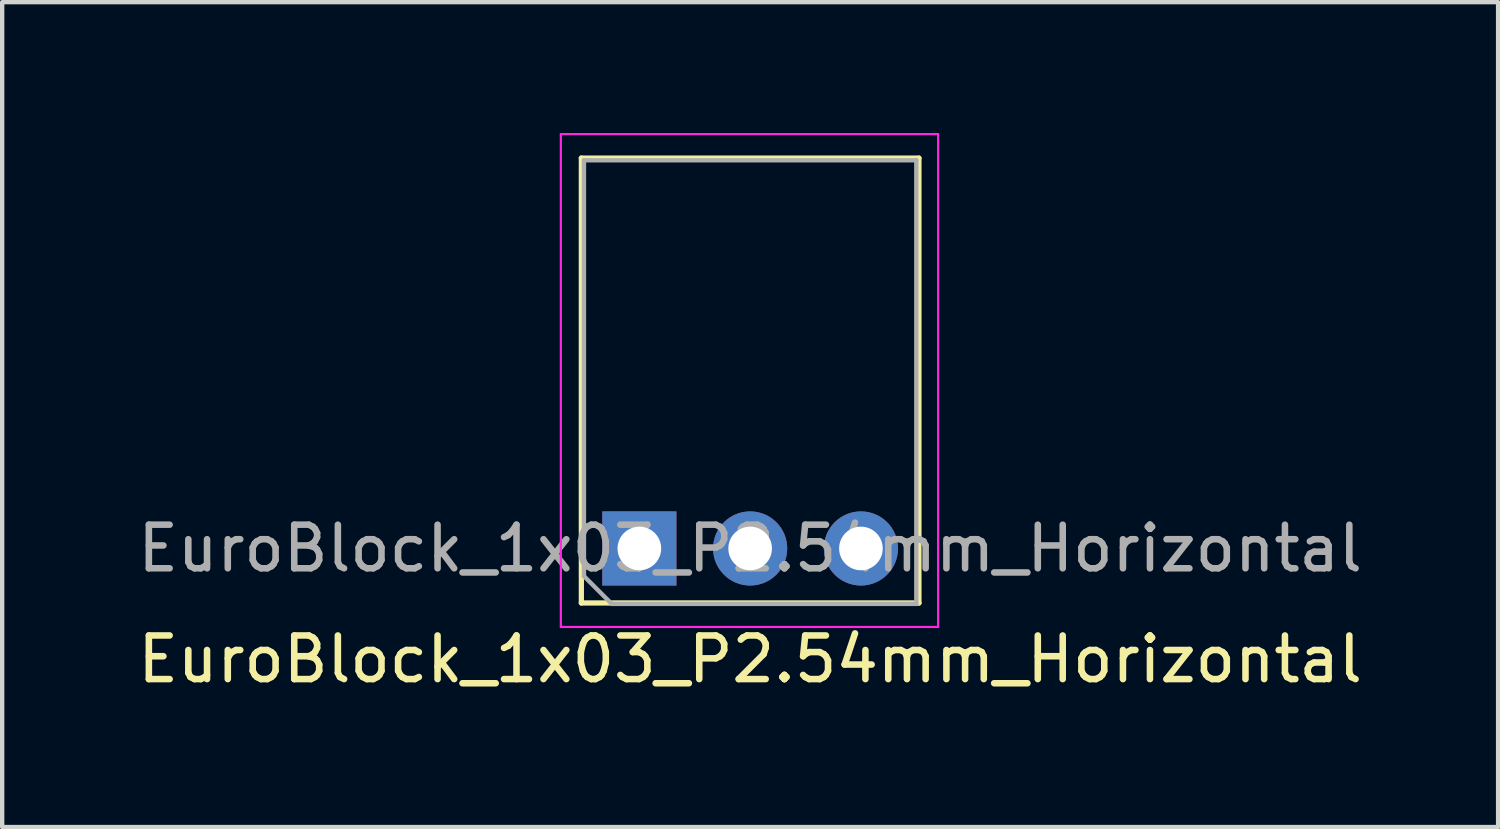
<source format=kicad_pcb>
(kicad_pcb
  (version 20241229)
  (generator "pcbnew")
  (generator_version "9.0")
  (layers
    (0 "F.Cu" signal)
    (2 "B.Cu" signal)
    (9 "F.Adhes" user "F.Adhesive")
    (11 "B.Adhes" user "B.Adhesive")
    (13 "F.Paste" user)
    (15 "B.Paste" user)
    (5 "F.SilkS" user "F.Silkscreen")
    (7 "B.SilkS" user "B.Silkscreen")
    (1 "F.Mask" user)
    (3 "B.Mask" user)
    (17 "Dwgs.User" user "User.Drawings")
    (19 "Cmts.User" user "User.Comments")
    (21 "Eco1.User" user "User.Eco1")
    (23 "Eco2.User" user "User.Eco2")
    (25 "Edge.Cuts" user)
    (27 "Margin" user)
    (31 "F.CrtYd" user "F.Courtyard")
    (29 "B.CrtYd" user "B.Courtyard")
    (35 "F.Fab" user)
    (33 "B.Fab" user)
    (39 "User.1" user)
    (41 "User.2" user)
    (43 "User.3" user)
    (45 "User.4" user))
  (footprint "EuroBlock_1x03_P2.54mm_Horizontal"
    (layer "F.Cu")
    (at 14.149 9.525)
    (property "Reference" "EuroBlock_1x03_P2.54mm_Horizontal" (at 0 2.54 180) (layer "F.SilkS") (effects (font (size 1 1) (thickness 0.15))))
    (attr through_hole)
    (fp_line (start -3.87 -8.95) (end 3.87 -8.95) (stroke (width 0.12) (type solid)) (layer "F.SilkS"))
    (fp_line (start -3.87 1.25) (end -3.87 -8.95) (stroke (width 0.12) (type solid)) (layer "F.SilkS"))
    (fp_line (start -3.87 1.25) (end 3.87 1.25) (stroke (width 0.12) (type solid)) (layer "F.SilkS"))
    (fp_line (start 3.87 1.25) (end 3.87 -8.95) (stroke (width 0.12) (type solid)) (layer "F.SilkS"))
    (fp_line (start -4.34 -9.5) (end -4.34 1.8) (stroke (width 0.05) (type solid)) (layer "F.CrtYd"))
    (fp_line (start -4.34 1.8) (end 4.31 1.8) (stroke (width 0.05) (type solid)) (layer "F.CrtYd"))
    (fp_line (start 4.31 -9.5) (end -4.34 -9.5) (stroke (width 0.05) (type solid)) (layer "F.CrtYd"))
    (fp_line (start 4.31 1.8) (end 4.31 -9.5) (stroke (width 0.05) (type solid)) (layer "F.CrtYd"))
    (fp_line (start -3.81 -8.9) (end 3.81 -8.9) (stroke (width 0.1) (type solid)) (layer "F.Fab"))
    (fp_line (start -3.81 0.635) (end -3.81 -8.9) (stroke (width 0.1) (type solid)) (layer "F.Fab"))
    (fp_line (start -3.175 1.27) (end -3.81 0.635) (stroke (width 0.1) (type solid)) (layer "F.Fab"))
    (fp_line (start 3.81 -8.9) (end 3.81 1.27) (stroke (width 0.1) (type solid)) (layer "F.Fab"))
    (fp_line (start 3.81 1.27) (end -3.175 1.27) (stroke (width 0.1) (type solid)) (layer "F.Fab"))
    (fp_text user "${REFERENCE}" (at 0 0 180) (layer "F.Fab") (effects (font (size 1 1) (thickness 0.15))))
    (pad "1" thru_hole rect (at -2.54 0 90) (size 1.7 1.7) (drill 1) (layers "*.Cu" "*.Mask"))
    (pad "2" thru_hole oval (at 0 0 90) (size 1.7 1.7) (drill 1) (layers "*.Cu" "*.Mask"))
    (pad "3" thru_hole oval (at 2.54 0 90) (size 1.7 1.7) (drill 1) (layers "*.Cu" "*.Mask")))
  (gr_rect
    (start -3 -3)
    (end 31.298 15.913)
    (stroke (width 0.1) (type default))
    (fill no)
    (layer "Edge.Cuts")))
</source>
